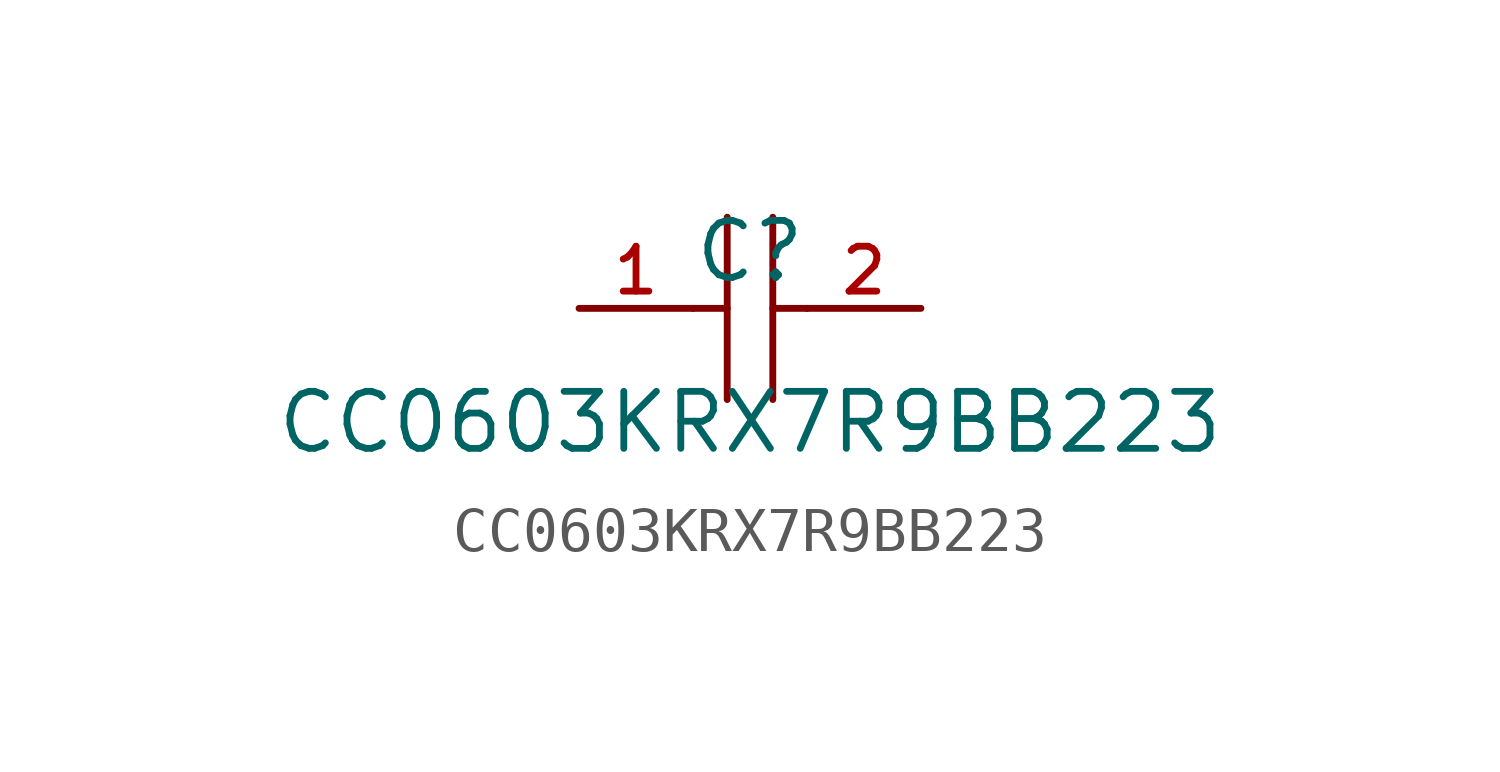
<source format=kicad_sym>
(kicad_symbol_lib
  (version 20210201)
  (generator TousstNicolas/JLC2KiCad_lib)
  (symbol "CC0603KRX7R9BB223"
    (pin_names hide)
    (property "Reference" "C"
      (at 0 1.27 0)
      (effects (font (size 1.27 1.27))))
    (property "Value" "CC0603KRX7R9BB223"
      (at 0 -2.54 0)
      (effects (font (size 1.27 1.27))))
    (symbol "CC0603KRX7R9BB223_0_1"
      (polyline (pts (xy -0.508 2.032) (xy -0.508 -2.032)) (stroke (width 0) (type default) (color 0 0 0 0)) (fill (type none)))
      (polyline (pts (xy 0.508 2.032) (xy 0.508 -2.032)) (stroke (width 0) (type default) (color 0 0 0 0)) (fill (type none)))
      (pin input line (at -3.81 -0.0 0) (length 2.54) (name "1" (effects (font (size 1 1)))) (number "1" (effects (font (size 1 1)))))
      (pin input line (at 3.81 -0.0 180) (length 2.54) (name "2" (effects (font (size 1 1)))) (number "2" (effects (font (size 1 1)))))
      (polyline (pts (xy -1.27 -0.0) (xy -0.508 -0.0)) (stroke (width 0) (type default) (color 0 0 0 0)) (fill (type none)))
      (polyline (pts (xy 0.508 -0.0) (xy 1.27 -0.0)) (stroke (width 0) (type default) (color 0 0 0 0)) (fill (type none))))))
</source>
